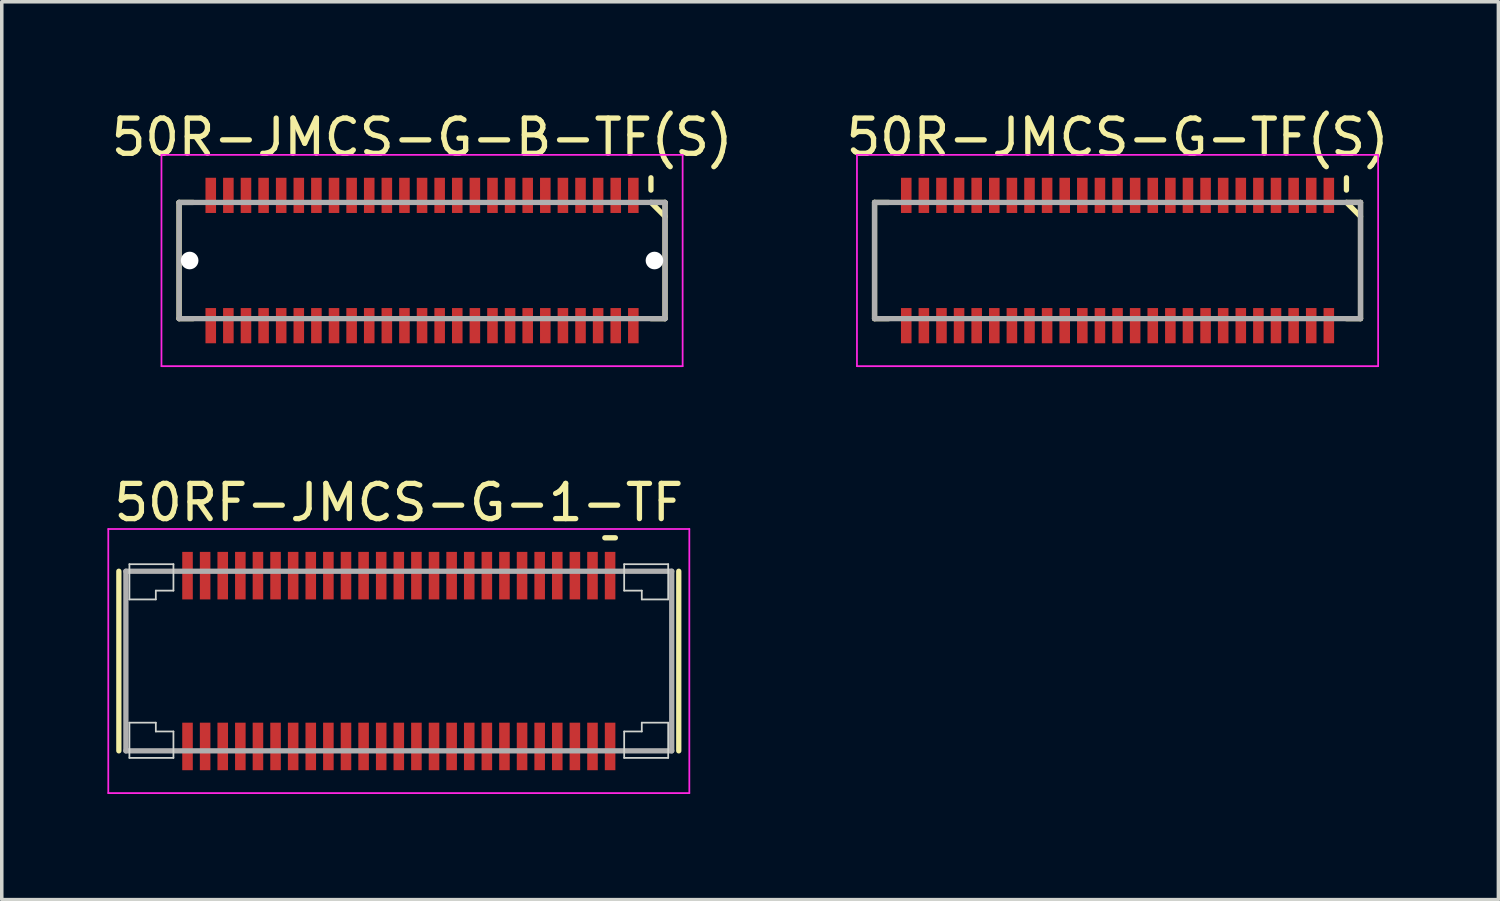
<source format=kicad_pcb>
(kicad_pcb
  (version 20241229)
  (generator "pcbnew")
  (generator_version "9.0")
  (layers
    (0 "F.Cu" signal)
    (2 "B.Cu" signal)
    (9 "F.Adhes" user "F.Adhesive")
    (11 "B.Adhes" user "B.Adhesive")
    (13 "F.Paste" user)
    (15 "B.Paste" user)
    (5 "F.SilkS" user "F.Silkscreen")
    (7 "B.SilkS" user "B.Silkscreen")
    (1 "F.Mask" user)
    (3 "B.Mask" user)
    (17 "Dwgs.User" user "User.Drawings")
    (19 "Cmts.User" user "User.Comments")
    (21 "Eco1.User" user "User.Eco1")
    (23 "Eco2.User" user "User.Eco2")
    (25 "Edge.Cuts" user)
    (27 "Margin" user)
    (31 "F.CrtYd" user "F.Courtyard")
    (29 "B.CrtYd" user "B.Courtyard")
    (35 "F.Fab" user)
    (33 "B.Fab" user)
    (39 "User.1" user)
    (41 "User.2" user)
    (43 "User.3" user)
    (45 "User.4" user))
  (footprint "50R-JMCS-G-B-TF(S)"
    (layer "F.Cu")
    (at 8.935 4.348)
    (property "Reference" "50R-JMCS-G-B-TF(S)" (at 0 -3.5 0) (layer "F.SilkS") (effects (font (size 1 1) (thickness 0.15))))
    (attr smd)
    (fp_line (start -6.9 -1.65) (end -6.9 1.65) (stroke (width 0.15) (type solid)) (layer "F.SilkS"))
    (fp_line (start -6.9 -1.65) (end -6.5 -1.65) (stroke (width 0.15) (type solid)) (layer "F.SilkS"))
    (fp_line (start -6.9 1.65) (end -6.5 1.65) (stroke (width 0.15) (type solid)) (layer "F.SilkS"))
    (fp_line (start 6.5 -2.35) (end 6.5 -2) (stroke (width 0.15) (type solid)) (layer "F.SilkS"))
    (fp_line (start 6.5 -1.65) (end 6.9 -1.65) (stroke (width 0.15) (type solid)) (layer "F.SilkS"))
    (fp_line (start 6.5 -1.65) (end 6.9 -1.25) (stroke (width 0.15) (type solid)) (layer "F.SilkS"))
    (fp_line (start 6.5 1.65) (end 6.9 1.65) (stroke (width 0.15) (type solid)) (layer "F.SilkS"))
    (fp_line (start 6.9 -1.65) (end 6.9 1.65) (stroke (width 0.15) (type solid)) (layer "F.SilkS"))
    (fp_line (start -7.4 -3) (end -7.4 3) (stroke (width 0.05) (type solid)) (layer "F.CrtYd"))
    (fp_line (start -7.4 -3) (end 7.4 -3) (stroke (width 0.05) (type solid)) (layer "F.CrtYd"))
    (fp_line (start -7.4 3) (end 7.4 3) (stroke (width 0.05) (type solid)) (layer "F.CrtYd"))
    (fp_line (start 7.4 -3) (end 7.4 3) (stroke (width 0.05) (type solid)) (layer "F.CrtYd"))
    (fp_line (start -6.9 -1.65) (end -6.9 1.65) (stroke (width 0.15) (type solid)) (layer "F.Fab"))
    (fp_line (start -6.9 -1.65) (end 6.9 -1.65) (stroke (width 0.15) (type solid)) (layer "F.Fab"))
    (fp_line (start -6.9 1.65) (end 6.9 1.65) (stroke (width 0.15) (type solid)) (layer "F.Fab"))
    (fp_line (start 6.9 -1.65) (end 6.9 1.65) (stroke (width 0.15) (type solid)) (layer "F.Fab"))
    (pad "" np_thru_hole circle (at -6.6 0) (size 0.5 0.5) (drill 0.5) (layers "*.Cu" "*.Mask"))
    (pad "" np_thru_hole circle (at 6.6 0) (size 0.5 0.5) (drill 0.5) (layers "*.Cu" "*.Mask"))
    (pad "1" smd rect (at 6 -1.85) (size 0.3 1) (layers "F.Cu" "F.Mask" "F.Paste"))
    (pad "2" smd rect (at 6 1.85) (size 0.3 1) (layers "F.Cu" "F.Mask" "F.Paste"))
    (pad "3" smd rect (at 5.5 -1.85) (size 0.3 1) (layers "F.Cu" "F.Mask" "F.Paste"))
    (pad "4" smd rect (at 5.5 1.85) (size 0.3 1) (layers "F.Cu" "F.Mask" "F.Paste"))
    (pad "5" smd rect (at 5 -1.85) (size 0.3 1) (layers "F.Cu" "F.Mask" "F.Paste"))
    (pad "6" smd rect (at 5 1.85) (size 0.3 1) (layers "F.Cu" "F.Mask" "F.Paste"))
    (pad "7" smd rect (at 4.5 -1.85) (size 0.3 1) (layers "F.Cu" "F.Mask" "F.Paste"))
    (pad "8" smd rect (at 4.5 1.85) (size 0.3 1) (layers "F.Cu" "F.Mask" "F.Paste"))
    (pad "9" smd rect (at 4 -1.85) (size 0.3 1) (layers "F.Cu" "F.Mask" "F.Paste"))
    (pad "10" smd rect (at 4 1.85) (size 0.3 1) (layers "F.Cu" "F.Mask" "F.Paste"))
    (pad "11" smd rect (at 3.5 -1.85) (size 0.3 1) (layers "F.Cu" "F.Mask" "F.Paste"))
    (pad "12" smd rect (at 3.5 1.85) (size 0.3 1) (layers "F.Cu" "F.Mask" "F.Paste"))
    (pad "13" smd rect (at 3 -1.85) (size 0.3 1) (layers "F.Cu" "F.Mask" "F.Paste"))
    (pad "14" smd rect (at 3 1.85) (size 0.3 1) (layers "F.Cu" "F.Mask" "F.Paste"))
    (pad "15" smd rect (at 2.5 -1.85) (size 0.3 1) (layers "F.Cu" "F.Mask" "F.Paste"))
    (pad "16" smd rect (at 2.5 1.85) (size 0.3 1) (layers "F.Cu" "F.Mask" "F.Paste"))
    (pad "17" smd rect (at 2 -1.85) (size 0.3 1) (layers "F.Cu" "F.Mask" "F.Paste"))
    (pad "18" smd rect (at 2 1.85) (size 0.3 1) (layers "F.Cu" "F.Mask" "F.Paste"))
    (pad "19" smd rect (at 1.5 -1.85) (size 0.3 1) (layers "F.Cu" "F.Mask" "F.Paste"))
    (pad "20" smd rect (at 1.5 1.85) (size 0.3 1) (layers "F.Cu" "F.Mask" "F.Paste"))
    (pad "21" smd rect (at 1 -1.85) (size 0.3 1) (layers "F.Cu" "F.Mask" "F.Paste"))
    (pad "22" smd rect (at 1 1.85) (size 0.3 1) (layers "F.Cu" "F.Mask" "F.Paste"))
    (pad "23" smd rect (at 0.5 -1.85) (size 0.3 1) (layers "F.Cu" "F.Mask" "F.Paste"))
    (pad "24" smd rect (at 0.5 1.85) (size 0.3 1) (layers "F.Cu" "F.Mask" "F.Paste"))
    (pad "25" smd rect (at 0 -1.85) (size 0.3 1) (layers "F.Cu" "F.Mask" "F.Paste"))
    (pad "26" smd rect (at 0 1.85) (size 0.3 1) (layers "F.Cu" "F.Mask" "F.Paste"))
    (pad "27" smd rect (at -0.5 -1.85) (size 0.3 1) (layers "F.Cu" "F.Mask" "F.Paste"))
    (pad "28" smd rect (at -0.5 1.85) (size 0.3 1) (layers "F.Cu" "F.Mask" "F.Paste"))
    (pad "29" smd rect (at -1 -1.85) (size 0.3 1) (layers "F.Cu" "F.Mask" "F.Paste"))
    (pad "30" smd rect (at -1 1.85) (size 0.3 1) (layers "F.Cu" "F.Mask" "F.Paste"))
    (pad "31" smd rect (at -1.5 -1.85) (size 0.3 1) (layers "F.Cu" "F.Mask" "F.Paste"))
    (pad "32" smd rect (at -1.5 1.85) (size 0.3 1) (layers "F.Cu" "F.Mask" "F.Paste"))
    (pad "33" smd rect (at -2 -1.85) (size 0.3 1) (layers "F.Cu" "F.Mask" "F.Paste"))
    (pad "34" smd rect (at -2 1.85) (size 0.3 1) (layers "F.Cu" "F.Mask" "F.Paste"))
    (pad "35" smd rect (at -2.5 -1.85) (size 0.3 1) (layers "F.Cu" "F.Mask" "F.Paste"))
    (pad "36" smd rect (at -2.5 1.85) (size 0.3 1) (layers "F.Cu" "F.Mask" "F.Paste"))
    (pad "37" smd rect (at -3 -1.85) (size 0.3 1) (layers "F.Cu" "F.Mask" "F.Paste"))
    (pad "38" smd rect (at -3 1.85) (size 0.3 1) (layers "F.Cu" "F.Mask" "F.Paste"))
    (pad "39" smd rect (at -3.5 -1.85) (size 0.3 1) (layers "F.Cu" "F.Mask" "F.Paste"))
    (pad "40" smd rect (at -3.5 1.85) (size 0.3 1) (layers "F.Cu" "F.Mask" "F.Paste"))
    (pad "41" smd rect (at -4 -1.85) (size 0.3 1) (layers "F.Cu" "F.Mask" "F.Paste"))
    (pad "42" smd rect (at -4 1.85) (size 0.3 1) (layers "F.Cu" "F.Mask" "F.Paste"))
    (pad "43" smd rect (at -4.5 -1.85) (size 0.3 1) (layers "F.Cu" "F.Mask" "F.Paste"))
    (pad "44" smd rect (at -4.5 1.85) (size 0.3 1) (layers "F.Cu" "F.Mask" "F.Paste"))
    (pad "45" smd rect (at -5 -1.85) (size 0.3 1) (layers "F.Cu" "F.Mask" "F.Paste"))
    (pad "46" smd rect (at -5 1.85) (size 0.3 1) (layers "F.Cu" "F.Mask" "F.Paste"))
    (pad "47" smd rect (at -5.5 -1.85) (size 0.3 1) (layers "F.Cu" "F.Mask" "F.Paste"))
    (pad "48" smd rect (at -5.5 1.85) (size 0.3 1) (layers "F.Cu" "F.Mask" "F.Paste"))
    (pad "49" smd rect (at -6 -1.85) (size 0.3 1) (layers "F.Cu" "F.Mask" "F.Paste"))
    (pad "50" smd rect (at -6 1.85) (size 0.3 1) (layers "F.Cu" "F.Mask" "F.Paste")))
  (footprint "50RF-JMCS-G-1-TF"
    (layer "F.Cu")
    (at 8.275 15.722)
    (property "Reference" "50RF-JMCS-G-1-TF" (at 0 -4.5 0) (layer "F.SilkS") (effects (font (size 1 1) (thickness 0.15))))
    (attr smd)
    (fp_line (start -7.95 -2.55) (end -7.95 2.55) (stroke (width 0.15) (type solid)) (layer "F.SilkS"))
    (fp_line (start 5.85 -3.5) (end 6.15 -3.5) (stroke (width 0.15) (type solid)) (layer "F.SilkS"))
    (fp_line (start 7.95 -2.55) (end 7.95 2.55) (stroke (width 0.15) (type solid)) (layer "F.SilkS"))
    (fp_line (start -7.65 -2.75) (end -7.65 -1.75) (stroke (width 0.05) (type solid)) (layer "Edge.Cuts"))
    (fp_line (start -7.65 -2.75) (end -6.4 -2.75) (stroke (width 0.05) (type solid)) (layer "Edge.Cuts"))
    (fp_line (start -7.65 -1.75) (end -6.9 -1.75) (stroke (width 0.05) (type solid)) (layer "Edge.Cuts"))
    (fp_line (start -7.65 1.75) (end -6.9 1.75) (stroke (width 0.05) (type solid)) (layer "Edge.Cuts"))
    (fp_line (start -7.65 2.75) (end -7.65 1.75) (stroke (width 0.05) (type solid)) (layer "Edge.Cuts"))
    (fp_line (start -7.65 2.75) (end -6.4 2.75) (stroke (width 0.05) (type solid)) (layer "Edge.Cuts"))
    (fp_line (start -6.9 -2) (end -6.9 -1.75) (stroke (width 0.05) (type solid)) (layer "Edge.Cuts"))
    (fp_line (start -6.9 -2) (end -6.4 -2) (stroke (width 0.05) (type solid)) (layer "Edge.Cuts"))
    (fp_line (start -6.9 2) (end -6.9 1.75) (stroke (width 0.05) (type solid)) (layer "Edge.Cuts"))
    (fp_line (start -6.9 2) (end -6.4 2) (stroke (width 0.05) (type solid)) (layer "Edge.Cuts"))
    (fp_line (start -6.4 -2.75) (end -6.4 -2) (stroke (width 0.05) (type solid)) (layer "Edge.Cuts"))
    (fp_line (start -6.4 2.75) (end -6.4 2) (stroke (width 0.05) (type solid)) (layer "Edge.Cuts"))
    (fp_line (start 6.4 -2.75) (end 6.4 -2) (stroke (width 0.05) (type solid)) (layer "Edge.Cuts"))
    (fp_line (start 6.4 2.75) (end 6.4 2) (stroke (width 0.05) (type solid)) (layer "Edge.Cuts"))
    (fp_line (start 6.9 -2) (end 6.4 -2) (stroke (width 0.05) (type solid)) (layer "Edge.Cuts"))
    (fp_line (start 6.9 -2) (end 6.9 -1.75) (stroke (width 0.05) (type solid)) (layer "Edge.Cuts"))
    (fp_line (start 6.9 2) (end 6.4 2) (stroke (width 0.05) (type solid)) (layer "Edge.Cuts"))
    (fp_line (start 6.9 2) (end 6.9 1.75) (stroke (width 0.05) (type solid)) (layer "Edge.Cuts"))
    (fp_line (start 7.65 -2.75) (end 6.4 -2.75) (stroke (width 0.05) (type solid)) (layer "Edge.Cuts"))
    (fp_line (start 7.65 -2.75) (end 7.65 -1.75) (stroke (width 0.05) (type solid)) (layer "Edge.Cuts"))
    (fp_line (start 7.65 -1.75) (end 6.9 -1.75) (stroke (width 0.05) (type solid)) (layer "Edge.Cuts"))
    (fp_line (start 7.65 1.75) (end 6.9 1.75) (stroke (width 0.05) (type solid)) (layer "Edge.Cuts"))
    (fp_line (start 7.65 2.75) (end 6.4 2.75) (stroke (width 0.05) (type solid)) (layer "Edge.Cuts"))
    (fp_line (start 7.65 2.75) (end 7.65 1.75) (stroke (width 0.05) (type solid)) (layer "Edge.Cuts"))
    (fp_line (start -8.25 -3.75) (end -8.25 3.75) (stroke (width 0.05) (type solid)) (layer "F.CrtYd"))
    (fp_line (start -8.25 -3.75) (end 8.25 -3.75) (stroke (width 0.05) (type solid)) (layer "F.CrtYd"))
    (fp_line (start -8.25 3.75) (end 8.25 3.75) (stroke (width 0.05) (type solid)) (layer "F.CrtYd"))
    (fp_line (start 8.25 -3.75) (end 8.25 3.75) (stroke (width 0.05) (type solid)) (layer "F.CrtYd"))
    (fp_line (start -7.75 -2.55) (end -7.75 2.55) (stroke (width 0.15) (type solid)) (layer "F.Fab"))
    (fp_line (start -7.75 -2.55) (end 7.75 -2.55) (stroke (width 0.15) (type solid)) (layer "F.Fab"))
    (fp_line (start -7.75 2.55) (end 7.75 2.55) (stroke (width 0.15) (type solid)) (layer "F.Fab"))
    (fp_line (start 7.75 -2.55) (end 7.75 2.55) (stroke (width 0.15) (type solid)) (layer "F.Fab"))
    (pad "1" smd rect (at 6 -2.425) (size 0.3 1.35) (layers "F.Cu" "F.Mask" "F.Paste"))
    (pad "2" smd rect (at 6 2.425) (size 0.3 1.35) (layers "F.Cu" "F.Mask" "F.Paste"))
    (pad "3" smd rect (at 5.5 -2.425) (size 0.3 1.35) (layers "F.Cu" "F.Mask" "F.Paste"))
    (pad "4" smd rect (at 5.5 2.425) (size 0.3 1.35) (layers "F.Cu" "F.Mask" "F.Paste"))
    (pad "5" smd rect (at 5 -2.425) (size 0.3 1.35) (layers "F.Cu" "F.Mask" "F.Paste"))
    (pad "6" smd rect (at 5 2.425) (size 0.3 1.35) (layers "F.Cu" "F.Mask" "F.Paste"))
    (pad "7" smd rect (at 4.5 -2.425) (size 0.3 1.35) (layers "F.Cu" "F.Mask" "F.Paste"))
    (pad "8" smd rect (at 4.5 2.425) (size 0.3 1.35) (layers "F.Cu" "F.Mask" "F.Paste"))
    (pad "9" smd rect (at 4 -2.425) (size 0.3 1.35) (layers "F.Cu" "F.Mask" "F.Paste"))
    (pad "10" smd rect (at 4 2.425) (size 0.3 1.35) (layers "F.Cu" "F.Mask" "F.Paste"))
    (pad "11" smd rect (at 3.5 -2.425) (size 0.3 1.35) (layers "F.Cu" "F.Mask" "F.Paste"))
    (pad "12" smd rect (at 3.5 2.425) (size 0.3 1.35) (layers "F.Cu" "F.Mask" "F.Paste"))
    (pad "13" smd rect (at 3 -2.425) (size 0.3 1.35) (layers "F.Cu" "F.Mask" "F.Paste"))
    (pad "14" smd rect (at 3 2.425) (size 0.3 1.35) (layers "F.Cu" "F.Mask" "F.Paste"))
    (pad "15" smd rect (at 2.5 -2.425) (size 0.3 1.35) (layers "F.Cu" "F.Mask" "F.Paste"))
    (pad "16" smd rect (at 2.5 2.425) (size 0.3 1.35) (layers "F.Cu" "F.Mask" "F.Paste"))
    (pad "17" smd rect (at 2 -2.425) (size 0.3 1.35) (layers "F.Cu" "F.Mask" "F.Paste"))
    (pad "18" smd rect (at 2 2.425) (size 0.3 1.35) (layers "F.Cu" "F.Mask" "F.Paste"))
    (pad "19" smd rect (at 1.5 -2.425) (size 0.3 1.35) (layers "F.Cu" "F.Mask" "F.Paste"))
    (pad "20" smd rect (at 1.5 2.425) (size 0.3 1.35) (layers "F.Cu" "F.Mask" "F.Paste"))
    (pad "21" smd rect (at 1 -2.425) (size 0.3 1.35) (layers "F.Cu" "F.Mask" "F.Paste"))
    (pad "22" smd rect (at 1 2.425) (size 0.3 1.35) (layers "F.Cu" "F.Mask" "F.Paste"))
    (pad "23" smd rect (at 0.5 -2.425) (size 0.3 1.35) (layers "F.Cu" "F.Mask" "F.Paste"))
    (pad "24" smd rect (at 0.5 2.425) (size 0.3 1.35) (layers "F.Cu" "F.Mask" "F.Paste"))
    (pad "25" smd rect (at 0 -2.425) (size 0.3 1.35) (layers "F.Cu" "F.Mask" "F.Paste"))
    (pad "26" smd rect (at 0 2.425) (size 0.3 1.35) (layers "F.Cu" "F.Mask" "F.Paste"))
    (pad "27" smd rect (at -0.5 -2.425) (size 0.3 1.35) (layers "F.Cu" "F.Mask" "F.Paste"))
    (pad "28" smd rect (at -0.5 2.425) (size 0.3 1.35) (layers "F.Cu" "F.Mask" "F.Paste"))
    (pad "29" smd rect (at -1 -2.425) (size 0.3 1.35) (layers "F.Cu" "F.Mask" "F.Paste"))
    (pad "30" smd rect (at -1 2.425) (size 0.3 1.35) (layers "F.Cu" "F.Mask" "F.Paste"))
    (pad "31" smd rect (at -1.5 -2.425) (size 0.3 1.35) (layers "F.Cu" "F.Mask" "F.Paste"))
    (pad "32" smd rect (at -1.5 2.425) (size 0.3 1.35) (layers "F.Cu" "F.Mask" "F.Paste"))
    (pad "33" smd rect (at -2 -2.425) (size 0.3 1.35) (layers "F.Cu" "F.Mask" "F.Paste"))
    (pad "34" smd rect (at -2 2.425) (size 0.3 1.35) (layers "F.Cu" "F.Mask" "F.Paste"))
    (pad "35" smd rect (at -2.5 -2.425) (size 0.3 1.35) (layers "F.Cu" "F.Mask" "F.Paste"))
    (pad "36" smd rect (at -2.5 2.425) (size 0.3 1.35) (layers "F.Cu" "F.Mask" "F.Paste"))
    (pad "37" smd rect (at -3 -2.425) (size 0.3 1.35) (layers "F.Cu" "F.Mask" "F.Paste"))
    (pad "38" smd rect (at -3 2.425) (size 0.3 1.35) (layers "F.Cu" "F.Mask" "F.Paste"))
    (pad "39" smd rect (at -3.5 -2.425) (size 0.3 1.35) (layers "F.Cu" "F.Mask" "F.Paste"))
    (pad "40" smd rect (at -3.5 2.425) (size 0.3 1.35) (layers "F.Cu" "F.Mask" "F.Paste"))
    (pad "41" smd rect (at -4 -2.425) (size 0.3 1.35) (layers "F.Cu" "F.Mask" "F.Paste"))
    (pad "42" smd rect (at -4 2.425) (size 0.3 1.35) (layers "F.Cu" "F.Mask" "F.Paste"))
    (pad "43" smd rect (at -4.5 -2.425) (size 0.3 1.35) (layers "F.Cu" "F.Mask" "F.Paste"))
    (pad "44" smd rect (at -4.5 2.425) (size 0.3 1.35) (layers "F.Cu" "F.Mask" "F.Paste"))
    (pad "45" smd rect (at -5 -2.425) (size 0.3 1.35) (layers "F.Cu" "F.Mask" "F.Paste"))
    (pad "46" smd rect (at -5 2.425) (size 0.3 1.35) (layers "F.Cu" "F.Mask" "F.Paste"))
    (pad "47" smd rect (at -5.5 -2.425) (size 0.3 1.35) (layers "F.Cu" "F.Mask" "F.Paste"))
    (pad "48" smd rect (at -5.5 2.425) (size 0.3 1.35) (layers "F.Cu" "F.Mask" "F.Paste"))
    (pad "49" smd rect (at -6 -2.425) (size 0.3 1.35) (layers "F.Cu" "F.Mask" "F.Paste"))
    (pad "50" smd rect (at -6 2.425) (size 0.3 1.35) (layers "F.Cu" "F.Mask" "F.Paste")))
  (footprint "50R-JMCS-G-TF(S)"
    (layer "F.Cu")
    (at 28.685 4.348)
    (property "Reference" "50R-JMCS-G-TF(S)" (at 0 -3.5 0) (layer "F.SilkS") (effects (font (size 1 1) (thickness 0.15))))
    (attr smd)
    (fp_line (start -6.9 -1.65) (end -6.9 1.65) (stroke (width 0.15) (type solid)) (layer "F.SilkS"))
    (fp_line (start -6.9 -1.65) (end -6.5 -1.65) (stroke (width 0.15) (type solid)) (layer "F.SilkS"))
    (fp_line (start -6.9 1.65) (end -6.5 1.65) (stroke (width 0.15) (type solid)) (layer "F.SilkS"))
    (fp_line (start 6.5 -2.35) (end 6.5 -2) (stroke (width 0.15) (type solid)) (layer "F.SilkS"))
    (fp_line (start 6.5 -1.65) (end 6.9 -1.65) (stroke (width 0.15) (type solid)) (layer "F.SilkS"))
    (fp_line (start 6.5 -1.65) (end 6.9 -1.25) (stroke (width 0.15) (type solid)) (layer "F.SilkS"))
    (fp_line (start 6.5 1.65) (end 6.9 1.65) (stroke (width 0.15) (type solid)) (layer "F.SilkS"))
    (fp_line (start 6.9 -1.65) (end 6.9 1.65) (stroke (width 0.15) (type solid)) (layer "F.SilkS"))
    (fp_line (start -7.4 -3) (end -7.4 3) (stroke (width 0.05) (type solid)) (layer "F.CrtYd"))
    (fp_line (start -7.4 -3) (end 7.4 -3) (stroke (width 0.05) (type solid)) (layer "F.CrtYd"))
    (fp_line (start -7.4 3) (end 7.4 3) (stroke (width 0.05) (type solid)) (layer "F.CrtYd"))
    (fp_line (start 7.4 -3) (end 7.4 3) (stroke (width 0.05) (type solid)) (layer "F.CrtYd"))
    (fp_line (start -6.9 -1.65) (end -6.9 1.65) (stroke (width 0.15) (type solid)) (layer "F.Fab"))
    (fp_line (start -6.9 -1.65) (end 6.9 -1.65) (stroke (width 0.15) (type solid)) (layer "F.Fab"))
    (fp_line (start -6.9 1.65) (end 6.9 1.65) (stroke (width 0.15) (type solid)) (layer "F.Fab"))
    (fp_line (start 6.9 -1.65) (end 6.9 1.65) (stroke (width 0.15) (type solid)) (layer "F.Fab"))
    (pad "1" smd rect (at 6 -1.85) (size 0.3 1) (layers "F.Cu" "F.Mask" "F.Paste"))
    (pad "2" smd rect (at 6 1.85) (size 0.3 1) (layers "F.Cu" "F.Mask" "F.Paste"))
    (pad "3" smd rect (at 5.5 -1.85) (size 0.3 1) (layers "F.Cu" "F.Mask" "F.Paste"))
    (pad "4" smd rect (at 5.5 1.85) (size 0.3 1) (layers "F.Cu" "F.Mask" "F.Paste"))
    (pad "5" smd rect (at 5 -1.85) (size 0.3 1) (layers "F.Cu" "F.Mask" "F.Paste"))
    (pad "6" smd rect (at 5 1.85) (size 0.3 1) (layers "F.Cu" "F.Mask" "F.Paste"))
    (pad "7" smd rect (at 4.5 -1.85) (size 0.3 1) (layers "F.Cu" "F.Mask" "F.Paste"))
    (pad "8" smd rect (at 4.5 1.85) (size 0.3 1) (layers "F.Cu" "F.Mask" "F.Paste"))
    (pad "9" smd rect (at 4 -1.85) (size 0.3 1) (layers "F.Cu" "F.Mask" "F.Paste"))
    (pad "10" smd rect (at 4 1.85) (size 0.3 1) (layers "F.Cu" "F.Mask" "F.Paste"))
    (pad "11" smd rect (at 3.5 -1.85) (size 0.3 1) (layers "F.Cu" "F.Mask" "F.Paste"))
    (pad "12" smd rect (at 3.5 1.85) (size 0.3 1) (layers "F.Cu" "F.Mask" "F.Paste"))
    (pad "13" smd rect (at 3 -1.85) (size 0.3 1) (layers "F.Cu" "F.Mask" "F.Paste"))
    (pad "14" smd rect (at 3 1.85) (size 0.3 1) (layers "F.Cu" "F.Mask" "F.Paste"))
    (pad "15" smd rect (at 2.5 -1.85) (size 0.3 1) (layers "F.Cu" "F.Mask" "F.Paste"))
    (pad "16" smd rect (at 2.5 1.85) (size 0.3 1) (layers "F.Cu" "F.Mask" "F.Paste"))
    (pad "17" smd rect (at 2 -1.85) (size 0.3 1) (layers "F.Cu" "F.Mask" "F.Paste"))
    (pad "18" smd rect (at 2 1.85) (size 0.3 1) (layers "F.Cu" "F.Mask" "F.Paste"))
    (pad "19" smd rect (at 1.5 -1.85) (size 0.3 1) (layers "F.Cu" "F.Mask" "F.Paste"))
    (pad "20" smd rect (at 1.5 1.85) (size 0.3 1) (layers "F.Cu" "F.Mask" "F.Paste"))
    (pad "21" smd rect (at 1 -1.85) (size 0.3 1) (layers "F.Cu" "F.Mask" "F.Paste"))
    (pad "22" smd rect (at 1 1.85) (size 0.3 1) (layers "F.Cu" "F.Mask" "F.Paste"))
    (pad "23" smd rect (at 0.5 -1.85) (size 0.3 1) (layers "F.Cu" "F.Mask" "F.Paste"))
    (pad "24" smd rect (at 0.5 1.85) (size 0.3 1) (layers "F.Cu" "F.Mask" "F.Paste"))
    (pad "25" smd rect (at 0 -1.85) (size 0.3 1) (layers "F.Cu" "F.Mask" "F.Paste"))
    (pad "26" smd rect (at 0 1.85) (size 0.3 1) (layers "F.Cu" "F.Mask" "F.Paste"))
    (pad "27" smd rect (at -0.5 -1.85) (size 0.3 1) (layers "F.Cu" "F.Mask" "F.Paste"))
    (pad "28" smd rect (at -0.5 1.85) (size 0.3 1) (layers "F.Cu" "F.Mask" "F.Paste"))
    (pad "29" smd rect (at -1 -1.85) (size 0.3 1) (layers "F.Cu" "F.Mask" "F.Paste"))
    (pad "30" smd rect (at -1 1.85) (size 0.3 1) (layers "F.Cu" "F.Mask" "F.Paste"))
    (pad "31" smd rect (at -1.5 -1.85) (size 0.3 1) (layers "F.Cu" "F.Mask" "F.Paste"))
    (pad "32" smd rect (at -1.5 1.85) (size 0.3 1) (layers "F.Cu" "F.Mask" "F.Paste"))
    (pad "33" smd rect (at -2 -1.85) (size 0.3 1) (layers "F.Cu" "F.Mask" "F.Paste"))
    (pad "34" smd rect (at -2 1.85) (size 0.3 1) (layers "F.Cu" "F.Mask" "F.Paste"))
    (pad "35" smd rect (at -2.5 -1.85) (size 0.3 1) (layers "F.Cu" "F.Mask" "F.Paste"))
    (pad "36" smd rect (at -2.5 1.85) (size 0.3 1) (layers "F.Cu" "F.Mask" "F.Paste"))
    (pad "37" smd rect (at -3 -1.85) (size 0.3 1) (layers "F.Cu" "F.Mask" "F.Paste"))
    (pad "38" smd rect (at -3 1.85) (size 0.3 1) (layers "F.Cu" "F.Mask" "F.Paste"))
    (pad "39" smd rect (at -3.5 -1.85) (size 0.3 1) (layers "F.Cu" "F.Mask" "F.Paste"))
    (pad "40" smd rect (at -3.5 1.85) (size 0.3 1) (layers "F.Cu" "F.Mask" "F.Paste"))
    (pad "41" smd rect (at -4 -1.85) (size 0.3 1) (layers "F.Cu" "F.Mask" "F.Paste"))
    (pad "42" smd rect (at -4 1.85) (size 0.3 1) (layers "F.Cu" "F.Mask" "F.Paste"))
    (pad "43" smd rect (at -4.5 -1.85) (size 0.3 1) (layers "F.Cu" "F.Mask" "F.Paste"))
    (pad "44" smd rect (at -4.5 1.85) (size 0.3 1) (layers "F.Cu" "F.Mask" "F.Paste"))
    (pad "45" smd rect (at -5 -1.85) (size 0.3 1) (layers "F.Cu" "F.Mask" "F.Paste"))
    (pad "46" smd rect (at -5 1.85) (size 0.3 1) (layers "F.Cu" "F.Mask" "F.Paste"))
    (pad "47" smd rect (at -5.5 -1.85) (size 0.3 1) (layers "F.Cu" "F.Mask" "F.Paste"))
    (pad "48" smd rect (at -5.5 1.85) (size 0.3 1) (layers "F.Cu" "F.Mask" "F.Paste"))
    (pad "49" smd rect (at -6 -1.85) (size 0.3 1) (layers "F.Cu" "F.Mask" "F.Paste"))
    (pad "50" smd rect (at -6 1.85) (size 0.3 1) (layers "F.Cu" "F.Mask" "F.Paste")))
  (gr_rect
    (start -3 -3)
    (end 39.5 22.497)
    (stroke (width 0.1) (type default))
    (fill no)
    (layer "Edge.Cuts")))
</source>
